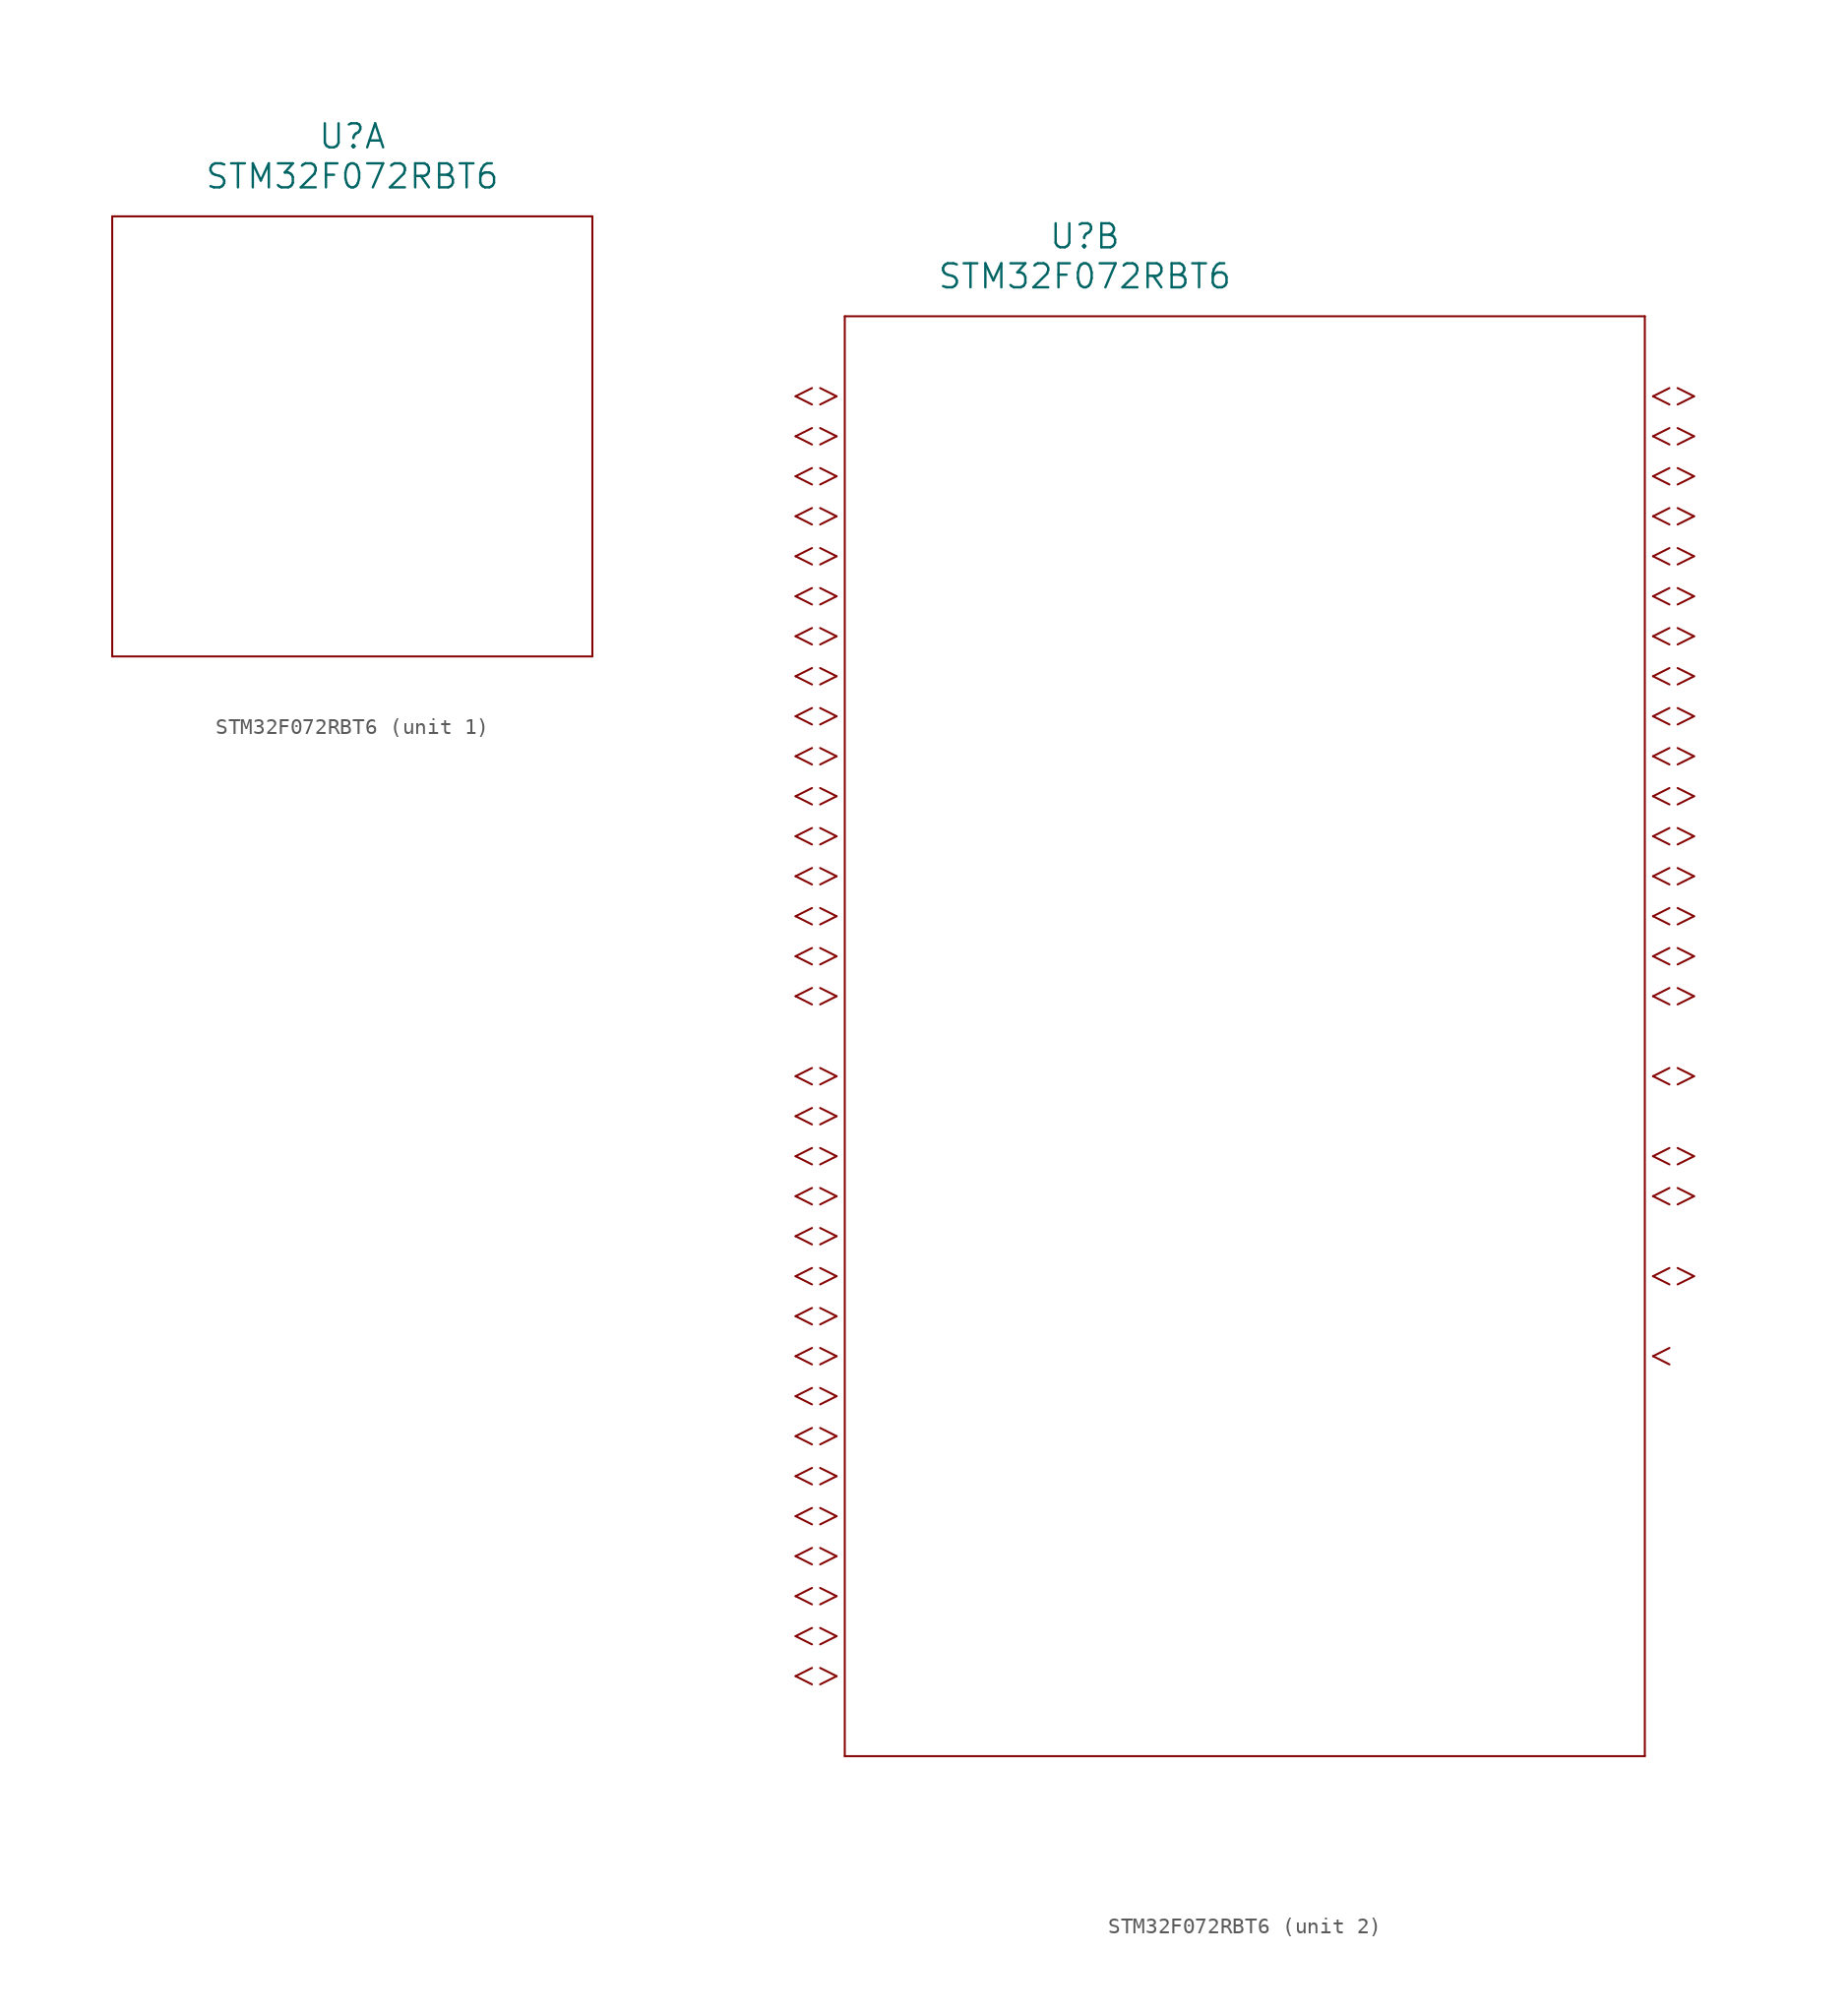
<source format=kicad_sym>
(kicad_symbol_lib
  (version 20211014)
  (generator kicad_symbol_editor)
  (symbol "STM32F072RBT6"
    (pin_names
      (offset 0.254))
    (property "Reference" "U"
      (at 22.86 10.16 0)
      (effects (font (size 1.524 1.524))))
    (property "Value" "STM32F072RBT6"
      (at 22.86 7.62 0)
      (effects (font (size 1.524 1.524))))
    (symbol "STM32F072RBT6_1_1"
      (polyline (pts (xy 7.62 5.08) (xy 7.62 -22.86)) (stroke (width 0.127) (type default) (color 0 0 0 0)) (fill (type none)))
      (polyline (pts (xy 7.62 -22.86) (xy 38.1 -22.86)) (stroke (width 0.127) (type default) (color 0 0 0 0)) (fill (type none)))
      (polyline (pts (xy 38.1 -22.86) (xy 38.1 5.08)) (stroke (width 0.127) (type default) (color 0 0 0 0)) (fill (type none)))
      (polyline (pts (xy 38.1 5.08) (xy 7.62 5.08)) (stroke (width 0.127) (type default) (color 0 0 0 0)) (fill (type none))))
    (symbol "STM32F072RBT6_2_1"
      (polyline (pts (xy 7.099 0) (xy 6.058 0.521)) (stroke (width 0.127) (type default) (color 0 0 0 0)) (fill (type none)))
      (polyline (pts (xy 7.099 0) (xy 6.058 -0.521)) (stroke (width 0.127) (type default) (color 0 0 0 0)) (fill (type none)))
      (polyline (pts (xy 5.537 0.521) (xy 4.496 0)) (stroke (width 0.127) (type default) (color 0 0 0 0)) (fill (type none)))
      (polyline (pts (xy 5.537 -0.521) (xy 4.496 0)) (stroke (width 0.127) (type default) (color 0 0 0 0)) (fill (type none)))
      (polyline (pts (xy 7.099 -2.54) (xy 6.058 -2.019)) (stroke (width 0.127) (type default) (color 0 0 0 0)) (fill (type none)))
      (polyline (pts (xy 7.099 -2.54) (xy 6.058 -3.061)) (stroke (width 0.127) (type default) (color 0 0 0 0)) (fill (type none)))
      (polyline (pts (xy 5.537 -2.019) (xy 4.496 -2.54)) (stroke (width 0.127) (type default) (color 0 0 0 0)) (fill (type none)))
      (polyline (pts (xy 5.537 -3.061) (xy 4.496 -2.54)) (stroke (width 0.127) (type default) (color 0 0 0 0)) (fill (type none)))
      (polyline (pts (xy 7.099 -5.08) (xy 6.058 -4.559)) (stroke (width 0.127) (type default) (color 0 0 0 0)) (fill (type none)))
      (polyline (pts (xy 7.099 -5.08) (xy 6.058 -5.601)) (stroke (width 0.127) (type default) (color 0 0 0 0)) (fill (type none)))
      (polyline (pts (xy 5.537 -4.559) (xy 4.496 -5.08)) (stroke (width 0.127) (type default) (color 0 0 0 0)) (fill (type none)))
      (polyline (pts (xy 5.537 -5.601) (xy 4.496 -5.08)) (stroke (width 0.127) (type default) (color 0 0 0 0)) (fill (type none)))
      (polyline (pts (xy 7.099 -7.62) (xy 6.058 -7.099)) (stroke (width 0.127) (type default) (color 0 0 0 0)) (fill (type none)))
      (polyline (pts (xy 7.099 -7.62) (xy 6.058 -8.141)) (stroke (width 0.127) (type default) (color 0 0 0 0)) (fill (type none)))
      (polyline (pts (xy 5.537 -7.099) (xy 4.496 -7.62)) (stroke (width 0.127) (type default) (color 0 0 0 0)) (fill (type none)))
      (polyline (pts (xy 5.537 -8.141) (xy 4.496 -7.62)) (stroke (width 0.127) (type default) (color 0 0 0 0)) (fill (type none)))
      (polyline (pts (xy 7.099 -10.16) (xy 6.058 -9.639)) (stroke (width 0.127) (type default) (color 0 0 0 0)) (fill (type none)))
      (polyline (pts (xy 7.099 -10.16) (xy 6.058 -10.681)) (stroke (width 0.127) (type default) (color 0 0 0 0)) (fill (type none)))
      (polyline (pts (xy 5.537 -9.639) (xy 4.496 -10.16)) (stroke (width 0.127) (type default) (color 0 0 0 0)) (fill (type none)))
      (polyline (pts (xy 5.537 -10.681) (xy 4.496 -10.16)) (stroke (width 0.127) (type default) (color 0 0 0 0)) (fill (type none)))
      (polyline (pts (xy 7.099 -12.7) (xy 6.058 -12.179)) (stroke (width 0.127) (type default) (color 0 0 0 0)) (fill (type none)))
      (polyline (pts (xy 7.099 -12.7) (xy 6.058 -13.221)) (stroke (width 0.127) (type default) (color 0 0 0 0)) (fill (type none)))
      (polyline (pts (xy 5.537 -12.179) (xy 4.496 -12.7)) (stroke (width 0.127) (type default) (color 0 0 0 0)) (fill (type none)))
      (polyline (pts (xy 5.537 -13.221) (xy 4.496 -12.7)) (stroke (width 0.127) (type default) (color 0 0 0 0)) (fill (type none)))
      (polyline (pts (xy 7.099 -15.24) (xy 6.058 -14.719)) (stroke (width 0.127) (type default) (color 0 0 0 0)) (fill (type none)))
      (polyline (pts (xy 7.099 -15.24) (xy 6.058 -15.761)) (stroke (width 0.127) (type default) (color 0 0 0 0)) (fill (type none)))
      (polyline (pts (xy 5.537 -14.719) (xy 4.496 -15.24)) (stroke (width 0.127) (type default) (color 0 0 0 0)) (fill (type none)))
      (polyline (pts (xy 5.537 -15.761) (xy 4.496 -15.24)) (stroke (width 0.127) (type default) (color 0 0 0 0)) (fill (type none)))
      (polyline (pts (xy 7.099 -17.78) (xy 6.058 -17.259)) (stroke (width 0.127) (type default) (color 0 0 0 0)) (fill (type none)))
      (polyline (pts (xy 7.099 -17.78) (xy 6.058 -18.301)) (stroke (width 0.127) (type default) (color 0 0 0 0)) (fill (type none)))
      (polyline (pts (xy 5.537 -17.259) (xy 4.496 -17.78)) (stroke (width 0.127) (type default) (color 0 0 0 0)) (fill (type none)))
      (polyline (pts (xy 5.537 -18.301) (xy 4.496 -17.78)) (stroke (width 0.127) (type default) (color 0 0 0 0)) (fill (type none)))
      (polyline (pts (xy 7.099 -20.32) (xy 6.058 -19.799)) (stroke (width 0.127) (type default) (color 0 0 0 0)) (fill (type none)))
      (polyline (pts (xy 7.099 -20.32) (xy 6.058 -20.841)) (stroke (width 0.127) (type default) (color 0 0 0 0)) (fill (type none)))
      (polyline (pts (xy 5.537 -19.799) (xy 4.496 -20.32)) (stroke (width 0.127) (type default) (color 0 0 0 0)) (fill (type none)))
      (polyline (pts (xy 5.537 -20.841) (xy 4.496 -20.32)) (stroke (width 0.127) (type default) (color 0 0 0 0)) (fill (type none)))
      (polyline (pts (xy 7.099 -22.86) (xy 6.058 -22.339)) (stroke (width 0.127) (type default) (color 0 0 0 0)) (fill (type none)))
      (polyline (pts (xy 7.099 -22.86) (xy 6.058 -23.381)) (stroke (width 0.127) (type default) (color 0 0 0 0)) (fill (type none)))
      (polyline (pts (xy 5.537 -22.339) (xy 4.496 -22.86)) (stroke (width 0.127) (type default) (color 0 0 0 0)) (fill (type none)))
      (polyline (pts (xy 5.537 -23.381) (xy 4.496 -22.86)) (stroke (width 0.127) (type default) (color 0 0 0 0)) (fill (type none)))
      (polyline (pts (xy 7.099 -25.4) (xy 6.058 -24.879)) (stroke (width 0.127) (type default) (color 0 0 0 0)) (fill (type none)))
      (polyline (pts (xy 7.099 -25.4) (xy 6.058 -25.921)) (stroke (width 0.127) (type default) (color 0 0 0 0)) (fill (type none)))
      (polyline (pts (xy 5.537 -24.879) (xy 4.496 -25.4)) (stroke (width 0.127) (type default) (color 0 0 0 0)) (fill (type none)))
      (polyline (pts (xy 5.537 -25.921) (xy 4.496 -25.4)) (stroke (width 0.127) (type default) (color 0 0 0 0)) (fill (type none)))
      (polyline (pts (xy 7.099 -27.94) (xy 6.058 -27.419)) (stroke (width 0.127) (type default) (color 0 0 0 0)) (fill (type none)))
      (polyline (pts (xy 7.099 -27.94) (xy 6.058 -28.461)) (stroke (width 0.127) (type default) (color 0 0 0 0)) (fill (type none)))
      (polyline (pts (xy 5.537 -27.419) (xy 4.496 -27.94)) (stroke (width 0.127) (type default) (color 0 0 0 0)) (fill (type none)))
      (polyline (pts (xy 5.537 -28.461) (xy 4.496 -27.94)) (stroke (width 0.127) (type default) (color 0 0 0 0)) (fill (type none)))
      (polyline (pts (xy 7.099 -30.48) (xy 6.058 -29.959)) (stroke (width 0.127) (type default) (color 0 0 0 0)) (fill (type none)))
      (polyline (pts (xy 7.099 -30.48) (xy 6.058 -31.001)) (stroke (width 0.127) (type default) (color 0 0 0 0)) (fill (type none)))
      (polyline (pts (xy 5.537 -29.959) (xy 4.496 -30.48)) (stroke (width 0.127) (type default) (color 0 0 0 0)) (fill (type none)))
      (polyline (pts (xy 5.537 -31.001) (xy 4.496 -30.48)) (stroke (width 0.127) (type default) (color 0 0 0 0)) (fill (type none)))
      (polyline (pts (xy 7.099 -33.02) (xy 6.058 -32.499)) (stroke (width 0.127) (type default) (color 0 0 0 0)) (fill (type none)))
      (polyline (pts (xy 7.099 -33.02) (xy 6.058 -33.541)) (stroke (width 0.127) (type default) (color 0 0 0 0)) (fill (type none)))
      (polyline (pts (xy 5.537 -32.499) (xy 4.496 -33.02)) (stroke (width 0.127) (type default) (color 0 0 0 0)) (fill (type none)))
      (polyline (pts (xy 5.537 -33.541) (xy 4.496 -33.02)) (stroke (width 0.127) (type default) (color 0 0 0 0)) (fill (type none)))
      (polyline (pts (xy 7.099 -35.56) (xy 6.058 -35.039)) (stroke (width 0.127) (type default) (color 0 0 0 0)) (fill (type none)))
      (polyline (pts (xy 7.099 -35.56) (xy 6.058 -36.081)) (stroke (width 0.127) (type default) (color 0 0 0 0)) (fill (type none)))
      (polyline (pts (xy 5.537 -35.039) (xy 4.496 -35.56)) (stroke (width 0.127) (type default) (color 0 0 0 0)) (fill (type none)))
      (polyline (pts (xy 5.537 -36.081) (xy 4.496 -35.56)) (stroke (width 0.127) (type default) (color 0 0 0 0)) (fill (type none)))
      (polyline (pts (xy 7.099 -38.1) (xy 6.058 -37.579)) (stroke (width 0.127) (type default) (color 0 0 0 0)) (fill (type none)))
      (polyline (pts (xy 7.099 -38.1) (xy 6.058 -38.621)) (stroke (width 0.127) (type default) (color 0 0 0 0)) (fill (type none)))
      (polyline (pts (xy 5.537 -37.579) (xy 4.496 -38.1)) (stroke (width 0.127) (type default) (color 0 0 0 0)) (fill (type none)))
      (polyline (pts (xy 5.537 -38.621) (xy 4.496 -38.1)) (stroke (width 0.127) (type default) (color 0 0 0 0)) (fill (type none)))
      (polyline (pts (xy 7.099 -43.18) (xy 6.058 -42.659)) (stroke (width 0.127) (type default) (color 0 0 0 0)) (fill (type none)))
      (polyline (pts (xy 7.099 -43.18) (xy 6.058 -43.701)) (stroke (width 0.127) (type default) (color 0 0 0 0)) (fill (type none)))
      (polyline (pts (xy 5.537 -42.659) (xy 4.496 -43.18)) (stroke (width 0.127) (type default) (color 0 0 0 0)) (fill (type none)))
      (polyline (pts (xy 5.537 -43.701) (xy 4.496 -43.18)) (stroke (width 0.127) (type default) (color 0 0 0 0)) (fill (type none)))
      (polyline (pts (xy 7.099 -45.72) (xy 6.058 -45.199)) (stroke (width 0.127) (type default) (color 0 0 0 0)) (fill (type none)))
      (polyline (pts (xy 7.099 -45.72) (xy 6.058 -46.241)) (stroke (width 0.127) (type default) (color 0 0 0 0)) (fill (type none)))
      (polyline (pts (xy 5.537 -45.199) (xy 4.496 -45.72)) (stroke (width 0.127) (type default) (color 0 0 0 0)) (fill (type none)))
      (polyline (pts (xy 5.537 -46.241) (xy 4.496 -45.72)) (stroke (width 0.127) (type default) (color 0 0 0 0)) (fill (type none)))
      (polyline (pts (xy 7.099 -48.26) (xy 6.058 -47.739)) (stroke (width 0.127) (type default) (color 0 0 0 0)) (fill (type none)))
      (polyline (pts (xy 7.099 -48.26) (xy 6.058 -48.781)) (stroke (width 0.127) (type default) (color 0 0 0 0)) (fill (type none)))
      (polyline (pts (xy 5.537 -47.739) (xy 4.496 -48.26)) (stroke (width 0.127) (type default) (color 0 0 0 0)) (fill (type none)))
      (polyline (pts (xy 5.537 -48.781) (xy 4.496 -48.26)) (stroke (width 0.127) (type default) (color 0 0 0 0)) (fill (type none)))
      (polyline (pts (xy 7.099 -50.8) (xy 6.058 -50.279)) (stroke (width 0.127) (type default) (color 0 0 0 0)) (fill (type none)))
      (polyline (pts (xy 7.099 -50.8) (xy 6.058 -51.321)) (stroke (width 0.127) (type default) (color 0 0 0 0)) (fill (type none)))
      (polyline (pts (xy 5.537 -50.279) (xy 4.496 -50.8)) (stroke (width 0.127) (type default) (color 0 0 0 0)) (fill (type none)))
      (polyline (pts (xy 5.537 -51.321) (xy 4.496 -50.8)) (stroke (width 0.127) (type default) (color 0 0 0 0)) (fill (type none)))
      (polyline (pts (xy 7.099 -53.34) (xy 6.058 -52.819)) (stroke (width 0.127) (type default) (color 0 0 0 0)) (fill (type none)))
      (polyline (pts (xy 7.099 -53.34) (xy 6.058 -53.861)) (stroke (width 0.127) (type default) (color 0 0 0 0)) (fill (type none)))
      (polyline (pts (xy 5.537 -52.819) (xy 4.496 -53.34)) (stroke (width 0.127) (type default) (color 0 0 0 0)) (fill (type none)))
      (polyline (pts (xy 5.537 -53.861) (xy 4.496 -53.34)) (stroke (width 0.127) (type default) (color 0 0 0 0)) (fill (type none)))
      (polyline (pts (xy 7.099 -55.88) (xy 6.058 -55.359)) (stroke (width 0.127) (type default) (color 0 0 0 0)) (fill (type none)))
      (polyline (pts (xy 7.099 -55.88) (xy 6.058 -56.401)) (stroke (width 0.127) (type default) (color 0 0 0 0)) (fill (type none)))
      (polyline (pts (xy 5.537 -55.359) (xy 4.496 -55.88)) (stroke (width 0.127) (type default) (color 0 0 0 0)) (fill (type none)))
      (polyline (pts (xy 5.537 -56.401) (xy 4.496 -55.88)) (stroke (width 0.127) (type default) (color 0 0 0 0)) (fill (type none)))
      (polyline (pts (xy 7.099 -58.42) (xy 6.058 -57.899)) (stroke (width 0.127) (type default) (color 0 0 0 0)) (fill (type none)))
      (polyline (pts (xy 7.099 -58.42) (xy 6.058 -58.941)) (stroke (width 0.127) (type default) (color 0 0 0 0)) (fill (type none)))
      (polyline (pts (xy 5.537 -57.899) (xy 4.496 -58.42)) (stroke (width 0.127) (type default) (color 0 0 0 0)) (fill (type none)))
      (polyline (pts (xy 5.537 -58.941) (xy 4.496 -58.42)) (stroke (width 0.127) (type default) (color 0 0 0 0)) (fill (type none)))
      (polyline (pts (xy 7.099 -60.96) (xy 6.058 -60.439)) (stroke (width 0.127) (type default) (color 0 0 0 0)) (fill (type none)))
      (polyline (pts (xy 7.099 -60.96) (xy 6.058 -61.481)) (stroke (width 0.127) (type default) (color 0 0 0 0)) (fill (type none)))
      (polyline (pts (xy 5.537 -60.439) (xy 4.496 -60.96)) (stroke (width 0.127) (type default) (color 0 0 0 0)) (fill (type none)))
      (polyline (pts (xy 5.537 -61.481) (xy 4.496 -60.96)) (stroke (width 0.127) (type default) (color 0 0 0 0)) (fill (type none)))
      (polyline (pts (xy 7.099 -63.5) (xy 6.058 -62.979)) (stroke (width 0.127) (type default) (color 0 0 0 0)) (fill (type none)))
      (polyline (pts (xy 7.099 -63.5) (xy 6.058 -64.021)) (stroke (width 0.127) (type default) (color 0 0 0 0)) (fill (type none)))
      (polyline (pts (xy 5.537 -62.979) (xy 4.496 -63.5)) (stroke (width 0.127) (type default) (color 0 0 0 0)) (fill (type none)))
      (polyline (pts (xy 5.537 -64.021) (xy 4.496 -63.5)) (stroke (width 0.127) (type default) (color 0 0 0 0)) (fill (type none)))
      (polyline (pts (xy 7.099 -66.04) (xy 6.058 -65.519)) (stroke (width 0.127) (type default) (color 0 0 0 0)) (fill (type none)))
      (polyline (pts (xy 7.099 -66.04) (xy 6.058 -66.561)) (stroke (width 0.127) (type default) (color 0 0 0 0)) (fill (type none)))
      (polyline (pts (xy 5.537 -65.519) (xy 4.496 -66.04)) (stroke (width 0.127) (type default) (color 0 0 0 0)) (fill (type none)))
      (polyline (pts (xy 5.537 -66.561) (xy 4.496 -66.04)) (stroke (width 0.127) (type default) (color 0 0 0 0)) (fill (type none)))
      (polyline (pts (xy 7.099 -68.58) (xy 6.058 -68.059)) (stroke (width 0.127) (type default) (color 0 0 0 0)) (fill (type none)))
      (polyline (pts (xy 7.099 -68.58) (xy 6.058 -69.101)) (stroke (width 0.127) (type default) (color 0 0 0 0)) (fill (type none)))
      (polyline (pts (xy 5.537 -68.059) (xy 4.496 -68.58)) (stroke (width 0.127) (type default) (color 0 0 0 0)) (fill (type none)))
      (polyline (pts (xy 5.537 -69.101) (xy 4.496 -68.58)) (stroke (width 0.127) (type default) (color 0 0 0 0)) (fill (type none)))
      (polyline (pts (xy 7.099 -71.12) (xy 6.058 -70.599)) (stroke (width 0.127) (type default) (color 0 0 0 0)) (fill (type none)))
      (polyline (pts (xy 7.099 -71.12) (xy 6.058 -71.641)) (stroke (width 0.127) (type default) (color 0 0 0 0)) (fill (type none)))
      (polyline (pts (xy 5.537 -70.599) (xy 4.496 -71.12)) (stroke (width 0.127) (type default) (color 0 0 0 0)) (fill (type none)))
      (polyline (pts (xy 5.537 -71.641) (xy 4.496 -71.12)) (stroke (width 0.127) (type default) (color 0 0 0 0)) (fill (type none)))
      (polyline (pts (xy 7.099 -73.66) (xy 6.058 -73.139)) (stroke (width 0.127) (type default) (color 0 0 0 0)) (fill (type none)))
      (polyline (pts (xy 7.099 -73.66) (xy 6.058 -74.181)) (stroke (width 0.127) (type default) (color 0 0 0 0)) (fill (type none)))
      (polyline (pts (xy 5.537 -73.139) (xy 4.496 -73.66)) (stroke (width 0.127) (type default) (color 0 0 0 0)) (fill (type none)))
      (polyline (pts (xy 5.537 -74.181) (xy 4.496 -73.66)) (stroke (width 0.127) (type default) (color 0 0 0 0)) (fill (type none)))
      (polyline (pts (xy 7.099 -76.2) (xy 6.058 -75.679)) (stroke (width 0.127) (type default) (color 0 0 0 0)) (fill (type none)))
      (polyline (pts (xy 7.099 -76.2) (xy 6.058 -76.721)) (stroke (width 0.127) (type default) (color 0 0 0 0)) (fill (type none)))
      (polyline (pts (xy 5.537 -75.679) (xy 4.496 -76.2)) (stroke (width 0.127) (type default) (color 0 0 0 0)) (fill (type none)))
      (polyline (pts (xy 5.537 -76.721) (xy 4.496 -76.2)) (stroke (width 0.127) (type default) (color 0 0 0 0)) (fill (type none)))
      (polyline (pts (xy 7.099 -78.74) (xy 6.058 -78.219)) (stroke (width 0.127) (type default) (color 0 0 0 0)) (fill (type none)))
      (polyline (pts (xy 7.099 -78.74) (xy 6.058 -79.261)) (stroke (width 0.127) (type default) (color 0 0 0 0)) (fill (type none)))
      (polyline (pts (xy 5.537 -78.219) (xy 4.496 -78.74)) (stroke (width 0.127) (type default) (color 0 0 0 0)) (fill (type none)))
      (polyline (pts (xy 5.537 -79.261) (xy 4.496 -78.74)) (stroke (width 0.127) (type default) (color 0 0 0 0)) (fill (type none)))
      (polyline (pts (xy 7.099 -81.28) (xy 6.058 -80.759)) (stroke (width 0.127) (type default) (color 0 0 0 0)) (fill (type none)))
      (polyline (pts (xy 7.099 -81.28) (xy 6.058 -81.801)) (stroke (width 0.127) (type default) (color 0 0 0 0)) (fill (type none)))
      (polyline (pts (xy 5.537 -80.759) (xy 4.496 -81.28)) (stroke (width 0.127) (type default) (color 0 0 0 0)) (fill (type none)))
      (polyline (pts (xy 5.537 -81.801) (xy 4.496 -81.28)) (stroke (width 0.127) (type default) (color 0 0 0 0)) (fill (type none)))
      (polyline (pts (xy 58.941 0) (xy 59.982 0.521)) (stroke (width 0.127) (type default) (color 0 0 0 0)) (fill (type none)))
      (polyline (pts (xy 58.941 0) (xy 59.982 -0.521)) (stroke (width 0.127) (type default) (color 0 0 0 0)) (fill (type none)))
      (polyline (pts (xy 60.503 0.521) (xy 61.544 0)) (stroke (width 0.127) (type default) (color 0 0 0 0)) (fill (type none)))
      (polyline (pts (xy 60.503 -0.521) (xy 61.544 0)) (stroke (width 0.127) (type default) (color 0 0 0 0)) (fill (type none)))
      (polyline (pts (xy 58.941 -2.54) (xy 59.982 -2.019)) (stroke (width 0.127) (type default) (color 0 0 0 0)) (fill (type none)))
      (polyline (pts (xy 58.941 -2.54) (xy 59.982 -3.061)) (stroke (width 0.127) (type default) (color 0 0 0 0)) (fill (type none)))
      (polyline (pts (xy 60.503 -2.019) (xy 61.544 -2.54)) (stroke (width 0.127) (type default) (color 0 0 0 0)) (fill (type none)))
      (polyline (pts (xy 60.503 -3.061) (xy 61.544 -2.54)) (stroke (width 0.127) (type default) (color 0 0 0 0)) (fill (type none)))
      (polyline (pts (xy 58.941 -5.08) (xy 59.982 -4.559)) (stroke (width 0.127) (type default) (color 0 0 0 0)) (fill (type none)))
      (polyline (pts (xy 58.941 -5.08) (xy 59.982 -5.601)) (stroke (width 0.127) (type default) (color 0 0 0 0)) (fill (type none)))
      (polyline (pts (xy 60.503 -4.559) (xy 61.544 -5.08)) (stroke (width 0.127) (type default) (color 0 0 0 0)) (fill (type none)))
      (polyline (pts (xy 60.503 -5.601) (xy 61.544 -5.08)) (stroke (width 0.127) (type default) (color 0 0 0 0)) (fill (type none)))
      (polyline (pts (xy 58.941 -7.62) (xy 59.982 -7.099)) (stroke (width 0.127) (type default) (color 0 0 0 0)) (fill (type none)))
      (polyline (pts (xy 58.941 -7.62) (xy 59.982 -8.141)) (stroke (width 0.127) (type default) (color 0 0 0 0)) (fill (type none)))
      (polyline (pts (xy 60.503 -7.099) (xy 61.544 -7.62)) (stroke (width 0.127) (type default) (color 0 0 0 0)) (fill (type none)))
      (polyline (pts (xy 60.503 -8.141) (xy 61.544 -7.62)) (stroke (width 0.127) (type default) (color 0 0 0 0)) (fill (type none)))
      (polyline (pts (xy 58.941 -10.16) (xy 59.982 -9.639)) (stroke (width 0.127) (type default) (color 0 0 0 0)) (fill (type none)))
      (polyline (pts (xy 58.941 -10.16) (xy 59.982 -10.681)) (stroke (width 0.127) (type default) (color 0 0 0 0)) (fill (type none)))
      (polyline (pts (xy 60.503 -9.639) (xy 61.544 -10.16)) (stroke (width 0.127) (type default) (color 0 0 0 0)) (fill (type none)))
      (polyline (pts (xy 60.503 -10.681) (xy 61.544 -10.16)) (stroke (width 0.127) (type default) (color 0 0 0 0)) (fill (type none)))
      (polyline (pts (xy 58.941 -12.7) (xy 59.982 -12.179)) (stroke (width 0.127) (type default) (color 0 0 0 0)) (fill (type none)))
      (polyline (pts (xy 58.941 -12.7) (xy 59.982 -13.221)) (stroke (width 0.127) (type default) (color 0 0 0 0)) (fill (type none)))
      (polyline (pts (xy 60.503 -12.179) (xy 61.544 -12.7)) (stroke (width 0.127) (type default) (color 0 0 0 0)) (fill (type none)))
      (polyline (pts (xy 60.503 -13.221) (xy 61.544 -12.7)) (stroke (width 0.127) (type default) (color 0 0 0 0)) (fill (type none)))
      (polyline (pts (xy 58.941 -15.24) (xy 59.982 -14.719)) (stroke (width 0.127) (type default) (color 0 0 0 0)) (fill (type none)))
      (polyline (pts (xy 58.941 -15.24) (xy 59.982 -15.761)) (stroke (width 0.127) (type default) (color 0 0 0 0)) (fill (type none)))
      (polyline (pts (xy 60.503 -14.719) (xy 61.544 -15.24)) (stroke (width 0.127) (type default) (color 0 0 0 0)) (fill (type none)))
      (polyline (pts (xy 60.503 -15.761) (xy 61.544 -15.24)) (stroke (width 0.127) (type default) (color 0 0 0 0)) (fill (type none)))
      (polyline (pts (xy 58.941 -17.78) (xy 59.982 -17.259)) (stroke (width 0.127) (type default) (color 0 0 0 0)) (fill (type none)))
      (polyline (pts (xy 58.941 -17.78) (xy 59.982 -18.301)) (stroke (width 0.127) (type default) (color 0 0 0 0)) (fill (type none)))
      (polyline (pts (xy 60.503 -17.259) (xy 61.544 -17.78)) (stroke (width 0.127) (type default) (color 0 0 0 0)) (fill (type none)))
      (polyline (pts (xy 60.503 -18.301) (xy 61.544 -17.78)) (stroke (width 0.127) (type default) (color 0 0 0 0)) (fill (type none)))
      (polyline (pts (xy 58.941 -20.32) (xy 59.982 -19.799)) (stroke (width 0.127) (type default) (color 0 0 0 0)) (fill (type none)))
      (polyline (pts (xy 58.941 -20.32) (xy 59.982 -20.841)) (stroke (width 0.127) (type default) (color 0 0 0 0)) (fill (type none)))
      (polyline (pts (xy 60.503 -19.799) (xy 61.544 -20.32)) (stroke (width 0.127) (type default) (color 0 0 0 0)) (fill (type none)))
      (polyline (pts (xy 60.503 -20.841) (xy 61.544 -20.32)) (stroke (width 0.127) (type default) (color 0 0 0 0)) (fill (type none)))
      (polyline (pts (xy 58.941 -22.86) (xy 59.982 -22.339)) (stroke (width 0.127) (type default) (color 0 0 0 0)) (fill (type none)))
      (polyline (pts (xy 58.941 -22.86) (xy 59.982 -23.381)) (stroke (width 0.127) (type default) (color 0 0 0 0)) (fill (type none)))
      (polyline (pts (xy 60.503 -22.339) (xy 61.544 -22.86)) (stroke (width 0.127) (type default) (color 0 0 0 0)) (fill (type none)))
      (polyline (pts (xy 60.503 -23.381) (xy 61.544 -22.86)) (stroke (width 0.127) (type default) (color 0 0 0 0)) (fill (type none)))
      (polyline (pts (xy 58.941 -25.4) (xy 59.982 -24.879)) (stroke (width 0.127) (type default) (color 0 0 0 0)) (fill (type none)))
      (polyline (pts (xy 58.941 -25.4) (xy 59.982 -25.921)) (stroke (width 0.127) (type default) (color 0 0 0 0)) (fill (type none)))
      (polyline (pts (xy 60.503 -24.879) (xy 61.544 -25.4)) (stroke (width 0.127) (type default) (color 0 0 0 0)) (fill (type none)))
      (polyline (pts (xy 60.503 -25.921) (xy 61.544 -25.4)) (stroke (width 0.127) (type default) (color 0 0 0 0)) (fill (type none)))
      (polyline (pts (xy 58.941 -27.94) (xy 59.982 -27.419)) (stroke (width 0.127) (type default) (color 0 0 0 0)) (fill (type none)))
      (polyline (pts (xy 58.941 -27.94) (xy 59.982 -28.461)) (stroke (width 0.127) (type default) (color 0 0 0 0)) (fill (type none)))
      (polyline (pts (xy 60.503 -27.419) (xy 61.544 -27.94)) (stroke (width 0.127) (type default) (color 0 0 0 0)) (fill (type none)))
      (polyline (pts (xy 60.503 -28.461) (xy 61.544 -27.94)) (stroke (width 0.127) (type default) (color 0 0 0 0)) (fill (type none)))
      (polyline (pts (xy 58.941 -30.48) (xy 59.982 -29.959)) (stroke (width 0.127) (type default) (color 0 0 0 0)) (fill (type none)))
      (polyline (pts (xy 58.941 -30.48) (xy 59.982 -31.001)) (stroke (width 0.127) (type default) (color 0 0 0 0)) (fill (type none)))
      (polyline (pts (xy 60.503 -29.959) (xy 61.544 -30.48)) (stroke (width 0.127) (type default) (color 0 0 0 0)) (fill (type none)))
      (polyline (pts (xy 60.503 -31.001) (xy 61.544 -30.48)) (stroke (width 0.127) (type default) (color 0 0 0 0)) (fill (type none)))
      (polyline (pts (xy 58.941 -33.02) (xy 59.982 -32.499)) (stroke (width 0.127) (type default) (color 0 0 0 0)) (fill (type none)))
      (polyline (pts (xy 58.941 -33.02) (xy 59.982 -33.541)) (stroke (width 0.127) (type default) (color 0 0 0 0)) (fill (type none)))
      (polyline (pts (xy 60.503 -32.499) (xy 61.544 -33.02)) (stroke (width 0.127) (type default) (color 0 0 0 0)) (fill (type none)))
      (polyline (pts (xy 60.503 -33.541) (xy 61.544 -33.02)) (stroke (width 0.127) (type default) (color 0 0 0 0)) (fill (type none)))
      (polyline (pts (xy 58.941 -35.56) (xy 59.982 -35.039)) (stroke (width 0.127) (type default) (color 0 0 0 0)) (fill (type none)))
      (polyline (pts (xy 58.941 -35.56) (xy 59.982 -36.081)) (stroke (width 0.127) (type default) (color 0 0 0 0)) (fill (type none)))
      (polyline (pts (xy 60.503 -35.039) (xy 61.544 -35.56)) (stroke (width 0.127) (type default) (color 0 0 0 0)) (fill (type none)))
      (polyline (pts (xy 60.503 -36.081) (xy 61.544 -35.56)) (stroke (width 0.127) (type default) (color 0 0 0 0)) (fill (type none)))
      (polyline (pts (xy 58.941 -38.1) (xy 59.982 -37.579)) (stroke (width 0.127) (type default) (color 0 0 0 0)) (fill (type none)))
      (polyline (pts (xy 58.941 -38.1) (xy 59.982 -38.621)) (stroke (width 0.127) (type default) (color 0 0 0 0)) (fill (type none)))
      (polyline (pts (xy 60.503 -37.579) (xy 61.544 -38.1)) (stroke (width 0.127) (type default) (color 0 0 0 0)) (fill (type none)))
      (polyline (pts (xy 60.503 -38.621) (xy 61.544 -38.1)) (stroke (width 0.127) (type default) (color 0 0 0 0)) (fill (type none)))
      (polyline (pts (xy 58.941 -43.18) (xy 59.982 -42.659)) (stroke (width 0.127) (type default) (color 0 0 0 0)) (fill (type none)))
      (polyline (pts (xy 58.941 -43.18) (xy 59.982 -43.701)) (stroke (width 0.127) (type default) (color 0 0 0 0)) (fill (type none)))
      (polyline (pts (xy 60.503 -42.659) (xy 61.544 -43.18)) (stroke (width 0.127) (type default) (color 0 0 0 0)) (fill (type none)))
      (polyline (pts (xy 60.503 -43.701) (xy 61.544 -43.18)) (stroke (width 0.127) (type default) (color 0 0 0 0)) (fill (type none)))
      (polyline (pts (xy 58.941 -48.26) (xy 59.982 -47.739)) (stroke (width 0.127) (type default) (color 0 0 0 0)) (fill (type none)))
      (polyline (pts (xy 58.941 -48.26) (xy 59.982 -48.781)) (stroke (width 0.127) (type default) (color 0 0 0 0)) (fill (type none)))
      (polyline (pts (xy 60.503 -47.739) (xy 61.544 -48.26)) (stroke (width 0.127) (type default) (color 0 0 0 0)) (fill (type none)))
      (polyline (pts (xy 60.503 -48.781) (xy 61.544 -48.26)) (stroke (width 0.127) (type default) (color 0 0 0 0)) (fill (type none)))
      (polyline (pts (xy 58.941 -50.8) (xy 59.982 -50.279)) (stroke (width 0.127) (type default) (color 0 0 0 0)) (fill (type none)))
      (polyline (pts (xy 58.941 -50.8) (xy 59.982 -51.321)) (stroke (width 0.127) (type default) (color 0 0 0 0)) (fill (type none)))
      (polyline (pts (xy 60.503 -50.279) (xy 61.544 -50.8)) (stroke (width 0.127) (type default) (color 0 0 0 0)) (fill (type none)))
      (polyline (pts (xy 60.503 -51.321) (xy 61.544 -50.8)) (stroke (width 0.127) (type default) (color 0 0 0 0)) (fill (type none)))
      (polyline (pts (xy 58.941 -55.88) (xy 59.982 -55.359)) (stroke (width 0.127) (type default) (color 0 0 0 0)) (fill (type none)))
      (polyline (pts (xy 58.941 -55.88) (xy 59.982 -56.401)) (stroke (width 0.127) (type default) (color 0 0 0 0)) (fill (type none)))
      (polyline (pts (xy 60.503 -55.359) (xy 61.544 -55.88)) (stroke (width 0.127) (type default) (color 0 0 0 0)) (fill (type none)))
      (polyline (pts (xy 60.503 -56.401) (xy 61.544 -55.88)) (stroke (width 0.127) (type default) (color 0 0 0 0)) (fill (type none)))
      (polyline (pts (xy 58.941 -60.96) (xy 59.982 -60.439)) (stroke (width 0.127) (type default) (color 0 0 0 0)) (fill (type none)))
      (polyline (pts (xy 58.941 -60.96) (xy 59.982 -61.481)) (stroke (width 0.127) (type default) (color 0 0 0 0)) (fill (type none)))
      (polyline (pts (xy 7.62 5.08) (xy 7.62 -86.36)) (stroke (width 0.127) (type default) (color 0 0 0 0)) (fill (type none)))
      (polyline (pts (xy 7.62 -86.36) (xy 58.42 -86.36)) (stroke (width 0.127) (type default) (color 0 0 0 0)) (fill (type none)))
      (polyline (pts (xy 58.42 -86.36) (xy 58.42 5.08)) (stroke (width 0.127) (type default) (color 0 0 0 0)) (fill (type none)))
      (polyline (pts (xy 58.42 5.08) (xy 7.62 5.08)) (stroke (width 0.127) (type default) (color 0 0 0 0)) (fill (type none))))))
</source>
